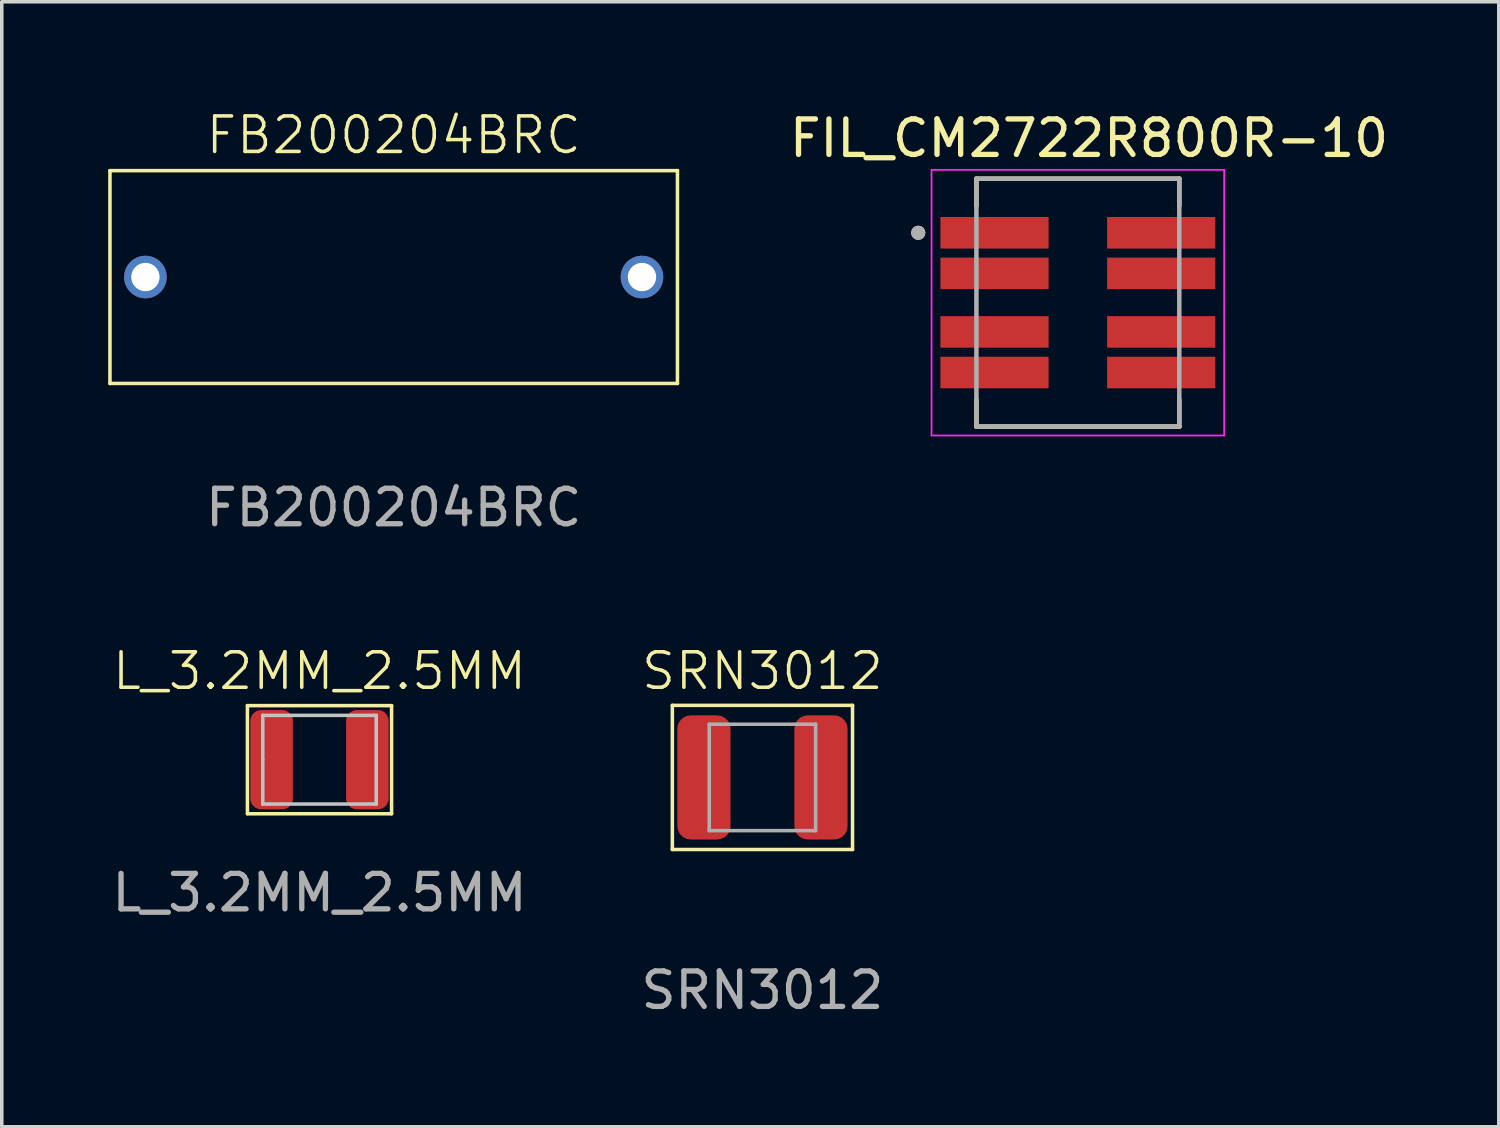
<source format=kicad_pcb>
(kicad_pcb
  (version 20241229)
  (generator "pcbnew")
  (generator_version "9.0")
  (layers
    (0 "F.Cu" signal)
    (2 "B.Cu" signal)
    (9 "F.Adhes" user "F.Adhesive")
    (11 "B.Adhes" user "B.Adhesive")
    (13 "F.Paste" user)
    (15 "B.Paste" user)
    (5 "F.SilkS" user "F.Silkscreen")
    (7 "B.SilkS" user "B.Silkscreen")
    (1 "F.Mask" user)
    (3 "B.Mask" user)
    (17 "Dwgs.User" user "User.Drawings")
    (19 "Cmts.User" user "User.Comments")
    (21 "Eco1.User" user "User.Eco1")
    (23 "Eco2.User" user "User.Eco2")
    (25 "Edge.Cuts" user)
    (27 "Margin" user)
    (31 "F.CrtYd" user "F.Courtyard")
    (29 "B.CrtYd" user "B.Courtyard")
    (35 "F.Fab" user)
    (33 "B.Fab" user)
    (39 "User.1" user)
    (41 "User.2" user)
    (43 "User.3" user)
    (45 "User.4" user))
  (footprint "SRN3012"
    (layer "F.Cu")
    (at 18.446 18.869)
    (property "Reference" "SRN3012" (at 0 -3 0) (unlocked yes) (layer "F.SilkS") (effects (font (size 1 1) (thickness 0.1))))
    (attr smd)
    (fp_line (start -2.54 -2.032) (end 2.54 -2.032) (stroke (width 0.1) (type default)) (layer "F.SilkS"))
    (fp_line (start -2.54 2.032) (end -2.54 -2.032) (stroke (width 0.1) (type default)) (layer "F.SilkS"))
    (fp_line (start 2.54 -2.032) (end 2.54 2.032) (stroke (width 0.1) (type default)) (layer "F.SilkS"))
    (fp_line (start 2.54 2.032) (end -2.54 2.032) (stroke (width 0.1) (type default)) (layer "F.SilkS"))
    (fp_line (start -1.5 -1.5) (end 1.5 -1.5) (stroke (width 0.1) (type default)) (layer "F.Fab"))
    (fp_line (start -1.5 1.5) (end -1.5 -1.5) (stroke (width 0.1) (type default)) (layer "F.Fab"))
    (fp_line (start 1.5 -1.5) (end 1.5 1.5) (stroke (width 0.1) (type default)) (layer "F.Fab"))
    (fp_line (start 1.5 1.5) (end -1.5 1.5) (stroke (width 0.1) (type default)) (layer "F.Fab"))
    (fp_text user "${REFERENCE}" (at 0 6 0) (unlocked yes) (layer "F.Fab") (effects (font (size 1 1) (thickness 0.15))))
    (pad "1" smd roundrect (at -1.65 0) (size 1.5 3.5) (layers "F.Cu" "F.Mask" "F.Paste") (roundrect_rratio 0.25))
    (pad "2" smd roundrect (at 1.65 0) (size 1.5 3.5) (layers "F.Cu" "F.Mask" "F.Paste") (roundrect_rratio 0.25)))
  (footprint "FB200204BRC"
    (layer "F.Cu")
    (at 8.05 4.761)
    (property "Reference" "FB200204BRC" (at 0 -4 0) (unlocked yes) (layer "F.SilkS") (effects (font (size 1 1) (thickness 0.1))))
    (attr smd)
    (fp_line (start -8 -3) (end 8 -3) (stroke (width 0.1) (type default)) (layer "F.SilkS"))
    (fp_line (start -8 3) (end -8 -3) (stroke (width 0.1) (type default)) (layer "F.SilkS"))
    (fp_line (start 8 -3) (end 8 3) (stroke (width 0.1) (type default)) (layer "F.SilkS"))
    (fp_line (start 8 3) (end -8 3) (stroke (width 0.1) (type default)) (layer "F.SilkS"))
    (fp_text user "${REFERENCE}" (at 0 6.5 0) (unlocked yes) (layer "F.Fab") (effects (font (size 1 1) (thickness 0.15))))
    (pad "1" thru_hole circle (at -7 0) (size 1.2 1.2) (drill 0.8) (layers "*.Cu" "*.Mask"))
    (pad "2" thru_hole circle (at 7 0) (size 1.2 1.2) (drill 0.8) (layers "*.Cu" "*.Mask")))
  (footprint "L_3.2MM_2.5MM"
    (layer "F.Cu")
    (at 5.958 18.369)
    (property "Reference" "L_3.2MM_2.5MM" (at 0 -2.5 0) (unlocked yes) (layer "F.SilkS") (effects (font (size 1 1) (thickness 0.1))))
    (attr smd)
    (fp_line (start -2.032 -1.524) (end 2.032 -1.524) (stroke (width 0.1) (type default)) (layer "F.SilkS"))
    (fp_line (start -2.032 1.524) (end -2.032 -1.524) (stroke (width 0.1) (type default)) (layer "F.SilkS"))
    (fp_line (start 2.032 -1.524) (end 2.032 1.524) (stroke (width 0.1) (type default)) (layer "F.SilkS"))
    (fp_line (start 2.032 1.524) (end -2.032 1.524) (stroke (width 0.1) (type default)) (layer "F.SilkS"))
    (fp_line (start -1.6 -1.25) (end 1.6 -1.25) (stroke (width 0.1) (type default)) (layer "Dwgs.User"))
    (fp_line (start -1.6 0) (end -1.6 -1.25) (stroke (width 0.1) (type default)) (layer "Dwgs.User"))
    (fp_line (start -1.6 1.25) (end -1.6 0) (stroke (width 0.1) (type default)) (layer "Dwgs.User"))
    (fp_line (start 1.6 -1.25) (end 1.6 1.25) (stroke (width 0.1) (type default)) (layer "Dwgs.User"))
    (fp_line (start 1.6 1.25) (end -1.6 1.25) (stroke (width 0.1) (type default)) (layer "Dwgs.User"))
    (fp_text user "${REFERENCE}" (at 0 3.75 0) (unlocked yes) (layer "F.Fab") (effects (font (size 1 1) (thickness 0.15))))
    (pad "1" smd roundrect (at -1.35 0) (size 1.2 2.8) (layers "F.Cu" "F.Mask" "F.Paste") (roundrect_rratio 0.25))
    (pad "2" smd roundrect (at 1.35 0) (size 1.2 2.8) (layers "F.Cu" "F.Mask" "F.Paste") (roundrect_rratio 0.25)))
  (footprint "FIL_CM2722R800R-10"
    (layer "F.Cu")
    (at 27.339 5.483)
    (property "Reference" "FIL_CM2722R800R-10" (at 0.315 -4.635 0) (layer "F.SilkS") (effects (font (size 1 1) (thickness 0.15))))
    (attr smd)
    (fp_line (start -2.86 -3.495) (end -2.86 -2.735) (stroke (width 0.127) (type solid)) (layer "F.SilkS"))
    (fp_line (start -2.86 -3.495) (end 2.86 -3.495) (stroke (width 0.127) (type solid)) (layer "F.SilkS"))
    (fp_line (start -2.86 2.735) (end -2.86 3.495) (stroke (width 0.127) (type solid)) (layer "F.SilkS"))
    (fp_line (start -2.86 3.495) (end 2.86 3.495) (stroke (width 0.127) (type solid)) (layer "F.SilkS"))
    (fp_line (start 2.86 -3.495) (end 2.86 -2.735) (stroke (width 0.127) (type solid)) (layer "F.SilkS"))
    (fp_line (start 2.86 2.735) (end 2.86 3.495) (stroke (width 0.127) (type solid)) (layer "F.SilkS"))
    (fp_circle (center -4.5 -1.97) (end -4.4 -1.97) (stroke (width 0.2) (type solid)) (fill no) (layer "F.SilkS"))
    (fp_line (start -4.125 -3.745) (end -4.125 3.745) (stroke (width 0.05) (type solid)) (layer "F.CrtYd"))
    (fp_line (start -4.125 3.745) (end 4.125 3.745) (stroke (width 0.05) (type solid)) (layer "F.CrtYd"))
    (fp_line (start 4.125 -3.745) (end -4.125 -3.745) (stroke (width 0.05) (type solid)) (layer "F.CrtYd"))
    (fp_line (start 4.125 3.745) (end 4.125 -3.745) (stroke (width 0.05) (type solid)) (layer "F.CrtYd"))
    (fp_line (start -2.86 -3.495) (end 2.86 -3.495) (stroke (width 0.127) (type solid)) (layer "F.Fab"))
    (fp_line (start -2.86 3.495) (end -2.86 -3.495) (stroke (width 0.127) (type solid)) (layer "F.Fab"))
    (fp_line (start 2.86 -3.495) (end 2.86 3.495) (stroke (width 0.127) (type solid)) (layer "F.Fab"))
    (fp_line (start 2.86 3.495) (end -2.86 3.495) (stroke (width 0.127) (type solid)) (layer "F.Fab"))
    (fp_circle (center -4.5 -1.97) (end -4.4 -1.97) (stroke (width 0.2) (type solid)) (fill no) (layer "F.Fab"))
    (pad "1" smd rect (at -2.35 -1.97) (size 3.05 0.89) (layers "F.Cu" "F.Mask" "F.Paste"))
    (pad "2" smd rect (at -2.35 -0.825) (size 3.05 0.89) (layers "F.Cu" "F.Mask" "F.Paste"))
    (pad "3" smd rect (at -2.35 0.825) (size 3.05 0.89) (layers "F.Cu" "F.Mask" "F.Paste"))
    (pad "4" smd rect (at -2.35 1.97) (size 3.05 0.89) (layers "F.Cu" "F.Mask" "F.Paste"))
    (pad "5" smd rect (at 2.35 1.97) (size 3.05 0.89) (layers "F.Cu" "F.Mask" "F.Paste"))
    (pad "6" smd rect (at 2.35 0.825) (size 3.05 0.89) (layers "F.Cu" "F.Mask" "F.Paste"))
    (pad "7" smd rect (at 2.35 -0.825) (size 3.05 0.89) (layers "F.Cu" "F.Mask" "F.Paste"))
    (pad "8" smd rect (at 2.35 -1.97) (size 3.05 0.89) (layers "F.Cu" "F.Mask" "F.Paste")))
  (gr_rect
    (start -3 -3)
    (end 39.207 28.718)
    (stroke (width 0.1) (type default))
    (fill no)
    (layer "Edge.Cuts")))
</source>
